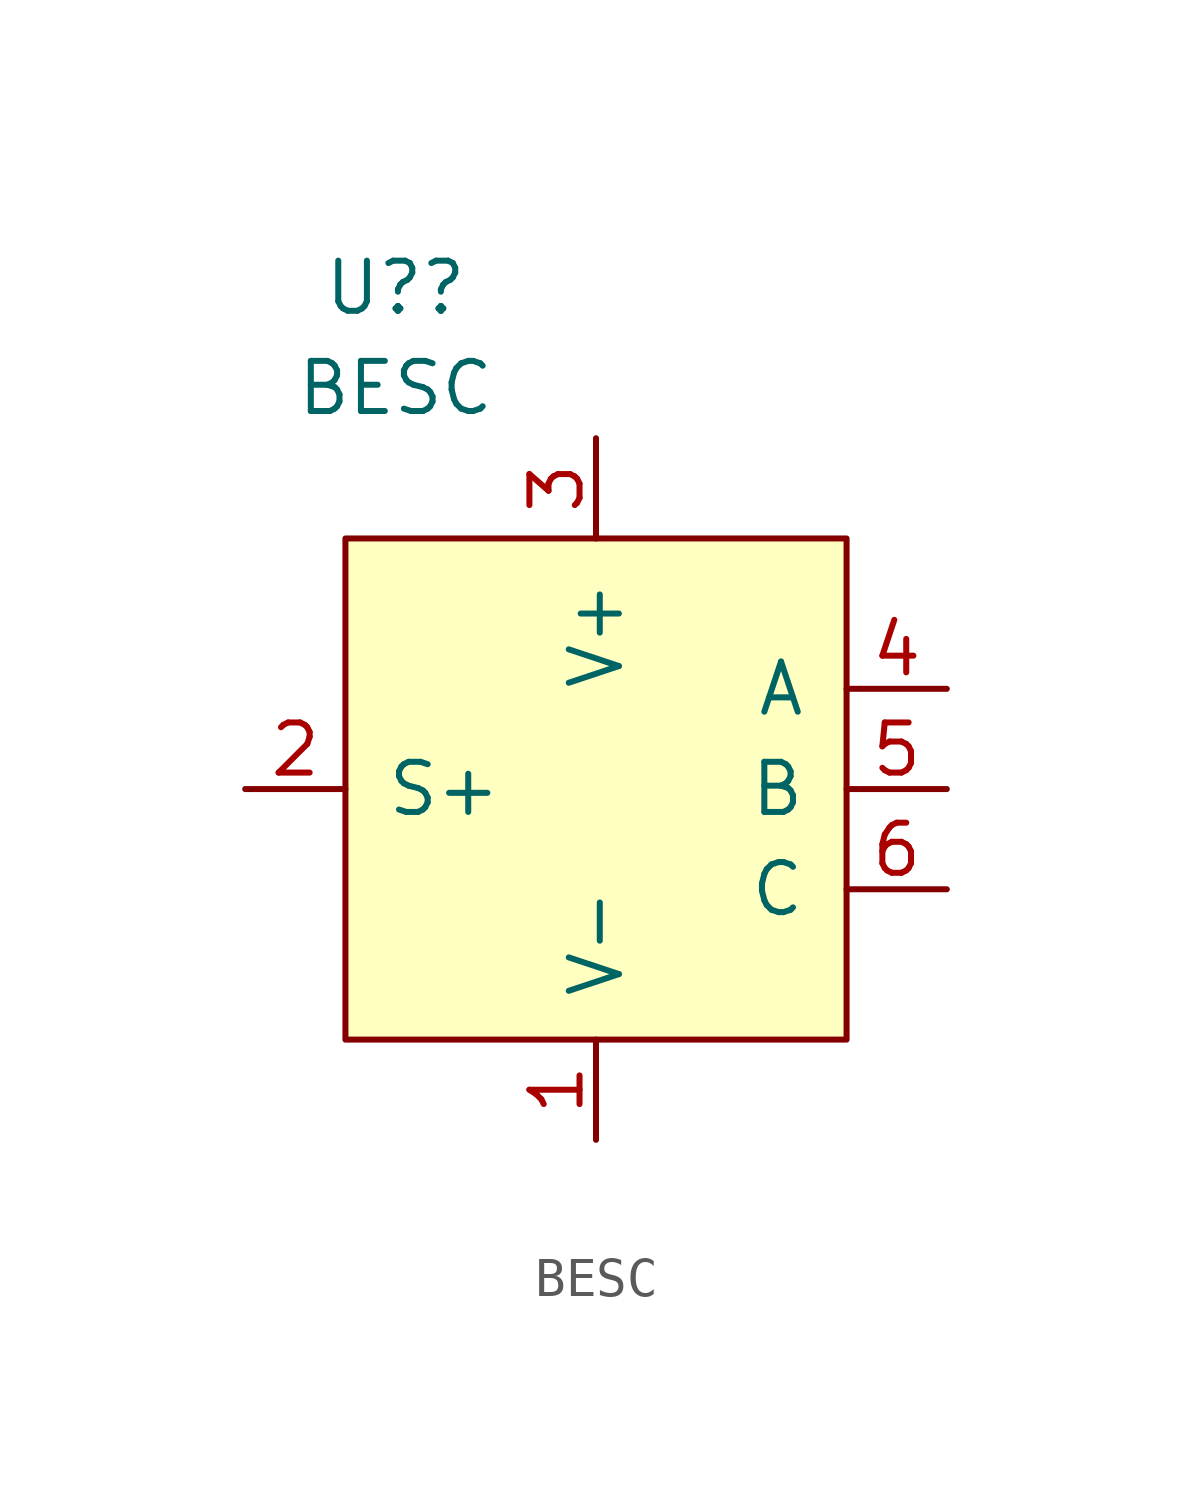
<source format=kicad_sym>
(kicad_symbol_lib
  (version 20211014)
  (generator kicad_symbol_editor)
  (symbol "BESC"
    (pin_names
      (offset 1.016))
    (property "Reference" "U?"
      (at -5.08 12.7 0)
      (effects (font (size 1.27 1.27))))
    (property "Value" "BESC"
      (at -5.08 10.16 0)
      (effects (font (size 1.27 1.27))))
    (symbol "BESC_0_1"
      (rectangle (start -6.35 6.35) (end 6.35 -6.35) (stroke (width 0) (type default) (color 0 0 0 0)) (fill (type background))))
    (symbol "BESC_1_1"
      (pin power_in line (at 0 -8.89 90) (length 2.54) (name "V-" (effects (font (size 1.27 1.27)))) (number "1" (effects (font (size 1.27 1.27)))))
      (pin input line (at -8.89 0 0) (length 2.54) (name "S+" (effects (font (size 1.27 1.27)))) (number "2" (effects (font (size 1.27 1.27)))))
      (pin power_in line (at 0 8.89 270) (length 2.54) (name "V+" (effects (font (size 1.27 1.27)))) (number "3" (effects (font (size 1.27 1.27)))))
      (pin power_out line (at 8.89 2.54 180) (length 2.54) (name "A" (effects (font (size 1.27 1.27)))) (number "4" (effects (font (size 1.27 1.27)))))
      (pin power_out line (at 8.89 0 180) (length 2.54) (name "B" (effects (font (size 1.27 1.27)))) (number "5" (effects (font (size 1.27 1.27)))))
      (pin power_out line (at 8.89 -2.54 180) (length 2.54) (name "C" (effects (font (size 1.27 1.27)))) (number "6" (effects (font (size 1.27 1.27))))))))
</source>
